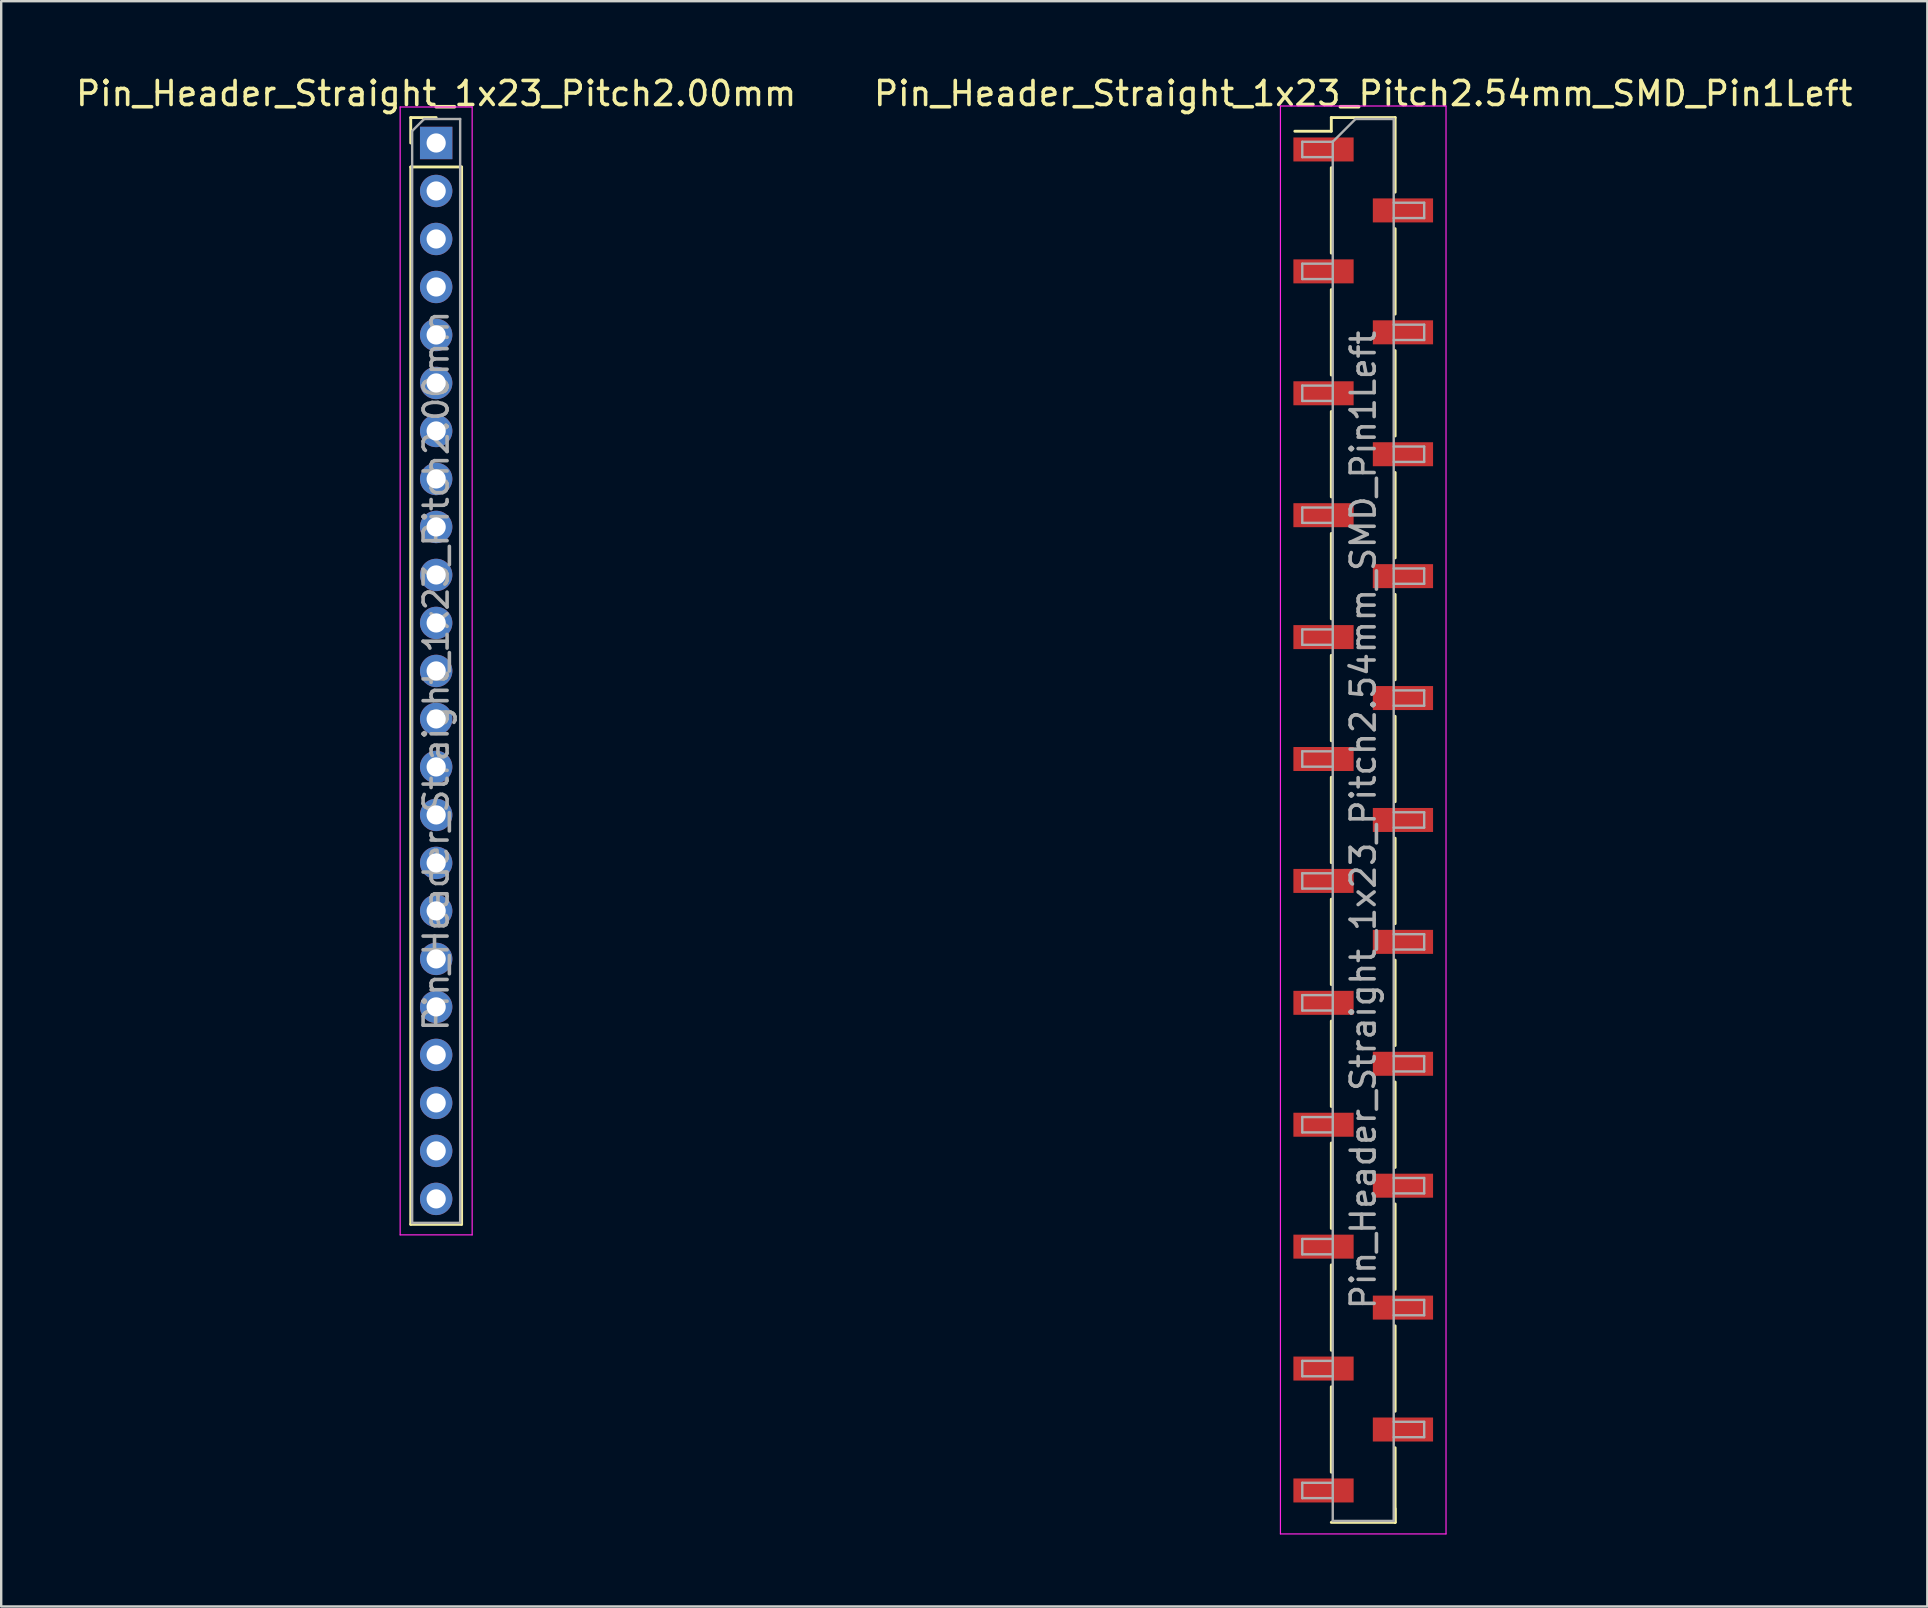
<source format=kicad_pcb>
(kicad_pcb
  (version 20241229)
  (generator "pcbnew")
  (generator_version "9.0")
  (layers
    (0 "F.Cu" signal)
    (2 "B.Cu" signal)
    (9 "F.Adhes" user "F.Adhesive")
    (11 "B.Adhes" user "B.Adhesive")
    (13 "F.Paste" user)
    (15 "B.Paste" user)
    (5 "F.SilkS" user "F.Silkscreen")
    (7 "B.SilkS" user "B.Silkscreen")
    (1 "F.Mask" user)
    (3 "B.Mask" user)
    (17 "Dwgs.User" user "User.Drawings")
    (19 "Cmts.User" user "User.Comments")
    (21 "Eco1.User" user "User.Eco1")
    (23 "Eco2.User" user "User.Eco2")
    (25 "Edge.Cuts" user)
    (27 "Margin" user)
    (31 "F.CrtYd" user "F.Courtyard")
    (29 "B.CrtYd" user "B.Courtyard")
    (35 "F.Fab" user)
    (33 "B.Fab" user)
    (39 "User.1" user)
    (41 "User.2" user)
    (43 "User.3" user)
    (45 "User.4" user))
  (footprint "Pin_Header_Straight_1x23_Pitch2.00mm"
    (layer "F.Cu")
    (at 15.125 2.908)
    (property "Reference" "Pin_Header_Straight_1x23_Pitch2.00mm" (at 0 -2.06 0) (layer "F.SilkS") (effects (font (size 1 1) (thickness 0.15))))
    (attr through_hole)
    (fp_line (start -1.06 -1.06) (end 0 -1.06) (stroke (width 0.12) (type solid)) (layer "F.SilkS"))
    (fp_line (start -1.06 0) (end -1.06 -1.06) (stroke (width 0.12) (type solid)) (layer "F.SilkS"))
    (fp_line (start -1.06 1) (end -1.06 45.06) (stroke (width 0.12) (type solid)) (layer "F.SilkS"))
    (fp_line (start -1.06 1) (end 1.06 1) (stroke (width 0.12) (type solid)) (layer "F.SilkS"))
    (fp_line (start -1.06 45.06) (end 1.06 45.06) (stroke (width 0.12) (type solid)) (layer "F.SilkS"))
    (fp_line (start 1.06 1) (end 1.06 45.06) (stroke (width 0.12) (type solid)) (layer "F.SilkS"))
    (fp_line (start -1.5 -1.5) (end -1.5 45.5) (stroke (width 0.05) (type solid)) (layer "F.CrtYd"))
    (fp_line (start -1.5 45.5) (end 1.5 45.5) (stroke (width 0.05) (type solid)) (layer "F.CrtYd"))
    (fp_line (start 1.5 -1.5) (end -1.5 -1.5) (stroke (width 0.05) (type solid)) (layer "F.CrtYd"))
    (fp_line (start 1.5 45.5) (end 1.5 -1.5) (stroke (width 0.05) (type solid)) (layer "F.CrtYd"))
    (fp_line (start -1 -0.5) (end -0.5 -1) (stroke (width 0.1) (type solid)) (layer "F.Fab"))
    (fp_line (start -1 45) (end -1 -0.5) (stroke (width 0.1) (type solid)) (layer "F.Fab"))
    (fp_line (start -0.5 -1) (end 1 -1) (stroke (width 0.1) (type solid)) (layer "F.Fab"))
    (fp_line (start 1 -1) (end 1 45) (stroke (width 0.1) (type solid)) (layer "F.Fab"))
    (fp_line (start 1 45) (end -1 45) (stroke (width 0.1) (type solid)) (layer "F.Fab"))
    (fp_text user "${REFERENCE}" (at 0 22 90) (layer "F.Fab") (effects (font (size 1 1) (thickness 0.15))))
    (pad "1" thru_hole rect (at 0 0) (size 1.35 1.35) (drill 0.8) (layers "*.Cu" "*.Mask"))
    (pad "2" thru_hole oval (at 0 2) (size 1.35 1.35) (drill 0.8) (layers "*.Cu" "*.Mask"))
    (pad "3" thru_hole oval (at 0 4) (size 1.35 1.35) (drill 0.8) (layers "*.Cu" "*.Mask"))
    (pad "4" thru_hole oval (at 0 6) (size 1.35 1.35) (drill 0.8) (layers "*.Cu" "*.Mask"))
    (pad "5" thru_hole oval (at 0 8) (size 1.35 1.35) (drill 0.8) (layers "*.Cu" "*.Mask"))
    (pad "6" thru_hole oval (at 0 10) (size 1.35 1.35) (drill 0.8) (layers "*.Cu" "*.Mask"))
    (pad "7" thru_hole oval (at 0 12) (size 1.35 1.35) (drill 0.8) (layers "*.Cu" "*.Mask"))
    (pad "8" thru_hole oval (at 0 14) (size 1.35 1.35) (drill 0.8) (layers "*.Cu" "*.Mask"))
    (pad "9" thru_hole oval (at 0 16) (size 1.35 1.35) (drill 0.8) (layers "*.Cu" "*.Mask"))
    (pad "10" thru_hole oval (at 0 18) (size 1.35 1.35) (drill 0.8) (layers "*.Cu" "*.Mask"))
    (pad "11" thru_hole oval (at 0 20) (size 1.35 1.35) (drill 0.8) (layers "*.Cu" "*.Mask"))
    (pad "12" thru_hole oval (at 0 22) (size 1.35 1.35) (drill 0.8) (layers "*.Cu" "*.Mask"))
    (pad "13" thru_hole oval (at 0 24) (size 1.35 1.35) (drill 0.8) (layers "*.Cu" "*.Mask"))
    (pad "14" thru_hole oval (at 0 26) (size 1.35 1.35) (drill 0.8) (layers "*.Cu" "*.Mask"))
    (pad "15" thru_hole oval (at 0 28) (size 1.35 1.35) (drill 0.8) (layers "*.Cu" "*.Mask"))
    (pad "16" thru_hole oval (at 0 30) (size 1.35 1.35) (drill 0.8) (layers "*.Cu" "*.Mask"))
    (pad "17" thru_hole oval (at 0 32) (size 1.35 1.35) (drill 0.8) (layers "*.Cu" "*.Mask"))
    (pad "18" thru_hole oval (at 0 34) (size 1.35 1.35) (drill 0.8) (layers "*.Cu" "*.Mask"))
    (pad "19" thru_hole oval (at 0 36) (size 1.35 1.35) (drill 0.8) (layers "*.Cu" "*.Mask"))
    (pad "20" thru_hole oval (at 0 38) (size 1.35 1.35) (drill 0.8) (layers "*.Cu" "*.Mask"))
    (pad "21" thru_hole oval (at 0 40) (size 1.35 1.35) (drill 0.8) (layers "*.Cu" "*.Mask"))
    (pad "22" thru_hole oval (at 0 42) (size 1.35 1.35) (drill 0.8) (layers "*.Cu" "*.Mask"))
    (pad "23" thru_hole oval (at 0 44) (size 1.35 1.35) (drill 0.8) (layers "*.Cu" "*.Mask")))
  (footprint "Pin_Header_Straight_1x23_Pitch2.54mm_SMD_Pin1Left"
    (layer "F.Cu")
    (at 53.756 31.118)
    (property "Reference" "Pin_Header_Straight_1x23_Pitch2.54mm_SMD_Pin1Left" (at 0 -30.27 0) (layer "F.SilkS") (effects (font (size 1 1) (thickness 0.15))))
    (attr smd)
    (fp_line (start -1.33 -29.27) (end -1.33 -28.7) (stroke (width 0.12) (type solid)) (layer "F.SilkS"))
    (fp_line (start -1.33 -29.27) (end 1.33 -29.27) (stroke (width 0.12) (type solid)) (layer "F.SilkS"))
    (fp_line (start -1.33 -28.7) (end -2.85 -28.7) (stroke (width 0.12) (type solid)) (layer "F.SilkS"))
    (fp_line (start -1.33 -27.18) (end -1.33 -23.62) (stroke (width 0.12) (type solid)) (layer "F.SilkS"))
    (fp_line (start -1.33 -22.1) (end -1.33 -18.54) (stroke (width 0.12) (type solid)) (layer "F.SilkS"))
    (fp_line (start -1.33 -17.02) (end -1.33 -13.46) (stroke (width 0.12) (type solid)) (layer "F.SilkS"))
    (fp_line (start -1.33 -11.94) (end -1.33 -8.38) (stroke (width 0.12) (type solid)) (layer "F.SilkS"))
    (fp_line (start -1.33 -6.86) (end -1.33 -3.3) (stroke (width 0.12) (type solid)) (layer "F.SilkS"))
    (fp_line (start -1.33 -1.78) (end -1.33 1.78) (stroke (width 0.12) (type solid)) (layer "F.SilkS"))
    (fp_line (start -1.33 3.3) (end -1.33 6.86) (stroke (width 0.12) (type solid)) (layer "F.SilkS"))
    (fp_line (start -1.33 8.38) (end -1.33 11.94) (stroke (width 0.12) (type solid)) (layer "F.SilkS"))
    (fp_line (start -1.33 13.46) (end -1.33 17.02) (stroke (width 0.12) (type solid)) (layer "F.SilkS"))
    (fp_line (start -1.33 18.54) (end -1.33 22.1) (stroke (width 0.12) (type solid)) (layer "F.SilkS"))
    (fp_line (start -1.33 23.62) (end -1.33 27.18) (stroke (width 0.12) (type solid)) (layer "F.SilkS"))
    (fp_line (start -1.33 29.27) (end 1.33 29.27) (stroke (width 0.12) (type solid)) (layer "F.SilkS"))
    (fp_line (start 1.33 -29.27) (end 1.33 -26.16) (stroke (width 0.12) (type solid)) (layer "F.SilkS"))
    (fp_line (start 1.33 -24.64) (end 1.33 -21.08) (stroke (width 0.12) (type solid)) (layer "F.SilkS"))
    (fp_line (start 1.33 -19.56) (end 1.33 -16) (stroke (width 0.12) (type solid)) (layer "F.SilkS"))
    (fp_line (start 1.33 -14.48) (end 1.33 -10.92) (stroke (width 0.12) (type solid)) (layer "F.SilkS"))
    (fp_line (start 1.33 -9.4) (end 1.33 -5.84) (stroke (width 0.12) (type solid)) (layer "F.SilkS"))
    (fp_line (start 1.33 -4.32) (end 1.33 -0.76) (stroke (width 0.12) (type solid)) (layer "F.SilkS"))
    (fp_line (start 1.33 0.76) (end 1.33 4.32) (stroke (width 0.12) (type solid)) (layer "F.SilkS"))
    (fp_line (start 1.33 5.84) (end 1.33 9.4) (stroke (width 0.12) (type solid)) (layer "F.SilkS"))
    (fp_line (start 1.33 10.92) (end 1.33 14.48) (stroke (width 0.12) (type solid)) (layer "F.SilkS"))
    (fp_line (start 1.33 16) (end 1.33 19.56) (stroke (width 0.12) (type solid)) (layer "F.SilkS"))
    (fp_line (start 1.33 21.08) (end 1.33 24.64) (stroke (width 0.12) (type solid)) (layer "F.SilkS"))
    (fp_line (start 1.33 26.16) (end 1.33 29.27) (stroke (width 0.12) (type solid)) (layer "F.SilkS"))
    (fp_line (start 1.33 28.7) (end 1.33 29.27) (stroke (width 0.12) (type solid)) (layer "F.SilkS"))
    (fp_line (start -3.45 -29.75) (end -3.45 29.75) (stroke (width 0.05) (type solid)) (layer "F.CrtYd"))
    (fp_line (start -3.45 29.75) (end 3.45 29.75) (stroke (width 0.05) (type solid)) (layer "F.CrtYd"))
    (fp_line (start 3.45 -29.75) (end -3.45 -29.75) (stroke (width 0.05) (type solid)) (layer "F.CrtYd"))
    (fp_line (start 3.45 29.75) (end 3.45 -29.75) (stroke (width 0.05) (type solid)) (layer "F.CrtYd"))
    (fp_line (start -2.54 -28.26) (end -2.54 -27.62) (stroke (width 0.1) (type solid)) (layer "F.Fab"))
    (fp_line (start -2.54 -27.62) (end -1.27 -27.62) (stroke (width 0.1) (type solid)) (layer "F.Fab"))
    (fp_line (start -2.54 -23.18) (end -2.54 -22.54) (stroke (width 0.1) (type solid)) (layer "F.Fab"))
    (fp_line (start -2.54 -22.54) (end -1.27 -22.54) (stroke (width 0.1) (type solid)) (layer "F.Fab"))
    (fp_line (start -2.54 -18.1) (end -2.54 -17.46) (stroke (width 0.1) (type solid)) (layer "F.Fab"))
    (fp_line (start -2.54 -17.46) (end -1.27 -17.46) (stroke (width 0.1) (type solid)) (layer "F.Fab"))
    (fp_line (start -2.54 -13.02) (end -2.54 -12.38) (stroke (width 0.1) (type solid)) (layer "F.Fab"))
    (fp_line (start -2.54 -12.38) (end -1.27 -12.38) (stroke (width 0.1) (type solid)) (layer "F.Fab"))
    (fp_line (start -2.54 -7.94) (end -2.54 -7.3) (stroke (width 0.1) (type solid)) (layer "F.Fab"))
    (fp_line (start -2.54 -7.3) (end -1.27 -7.3) (stroke (width 0.1) (type solid)) (layer "F.Fab"))
    (fp_line (start -2.54 -2.86) (end -2.54 -2.22) (stroke (width 0.1) (type solid)) (layer "F.Fab"))
    (fp_line (start -2.54 -2.22) (end -1.27 -2.22) (stroke (width 0.1) (type solid)) (layer "F.Fab"))
    (fp_line (start -2.54 2.22) (end -2.54 2.86) (stroke (width 0.1) (type solid)) (layer "F.Fab"))
    (fp_line (start -2.54 2.86) (end -1.27 2.86) (stroke (width 0.1) (type solid)) (layer "F.Fab"))
    (fp_line (start -2.54 7.3) (end -2.54 7.94) (stroke (width 0.1) (type solid)) (layer "F.Fab"))
    (fp_line (start -2.54 7.94) (end -1.27 7.94) (stroke (width 0.1) (type solid)) (layer "F.Fab"))
    (fp_line (start -2.54 12.38) (end -2.54 13.02) (stroke (width 0.1) (type solid)) (layer "F.Fab"))
    (fp_line (start -2.54 13.02) (end -1.27 13.02) (stroke (width 0.1) (type solid)) (layer "F.Fab"))
    (fp_line (start -2.54 17.46) (end -2.54 18.1) (stroke (width 0.1) (type solid)) (layer "F.Fab"))
    (fp_line (start -2.54 18.1) (end -1.27 18.1) (stroke (width 0.1) (type solid)) (layer "F.Fab"))
    (fp_line (start -2.54 22.54) (end -2.54 23.18) (stroke (width 0.1) (type solid)) (layer "F.Fab"))
    (fp_line (start -2.54 23.18) (end -1.27 23.18) (stroke (width 0.1) (type solid)) (layer "F.Fab"))
    (fp_line (start -2.54 27.62) (end -2.54 28.26) (stroke (width 0.1) (type solid)) (layer "F.Fab"))
    (fp_line (start -2.54 28.26) (end -1.27 28.26) (stroke (width 0.1) (type solid)) (layer "F.Fab"))
    (fp_line (start -1.27 -28.26) (end -2.54 -28.26) (stroke (width 0.1) (type solid)) (layer "F.Fab"))
    (fp_line (start -1.27 -28.26) (end -0.32 -29.21) (stroke (width 0.1) (type solid)) (layer "F.Fab"))
    (fp_line (start -1.27 -23.18) (end -2.54 -23.18) (stroke (width 0.1) (type solid)) (layer "F.Fab"))
    (fp_line (start -1.27 -18.1) (end -2.54 -18.1) (stroke (width 0.1) (type solid)) (layer "F.Fab"))
    (fp_line (start -1.27 -13.02) (end -2.54 -13.02) (stroke (width 0.1) (type solid)) (layer "F.Fab"))
    (fp_line (start -1.27 -7.94) (end -2.54 -7.94) (stroke (width 0.1) (type solid)) (layer "F.Fab"))
    (fp_line (start -1.27 -2.86) (end -2.54 -2.86) (stroke (width 0.1) (type solid)) (layer "F.Fab"))
    (fp_line (start -1.27 2.22) (end -2.54 2.22) (stroke (width 0.1) (type solid)) (layer "F.Fab"))
    (fp_line (start -1.27 7.3) (end -2.54 7.3) (stroke (width 0.1) (type solid)) (layer "F.Fab"))
    (fp_line (start -1.27 12.38) (end -2.54 12.38) (stroke (width 0.1) (type solid)) (layer "F.Fab"))
    (fp_line (start -1.27 17.46) (end -2.54 17.46) (stroke (width 0.1) (type solid)) (layer "F.Fab"))
    (fp_line (start -1.27 22.54) (end -2.54 22.54) (stroke (width 0.1) (type solid)) (layer "F.Fab"))
    (fp_line (start -1.27 27.62) (end -2.54 27.62) (stroke (width 0.1) (type solid)) (layer "F.Fab"))
    (fp_line (start -1.27 29.21) (end -1.27 -28.26) (stroke (width 0.1) (type solid)) (layer "F.Fab"))
    (fp_line (start -0.32 -29.21) (end 1.27 -29.21) (stroke (width 0.1) (type solid)) (layer "F.Fab"))
    (fp_line (start 1.27 -29.21) (end 1.27 29.21) (stroke (width 0.1) (type solid)) (layer "F.Fab"))
    (fp_line (start 1.27 -25.72) (end 2.54 -25.72) (stroke (width 0.1) (type solid)) (layer "F.Fab"))
    (fp_line (start 1.27 -20.64) (end 2.54 -20.64) (stroke (width 0.1) (type solid)) (layer "F.Fab"))
    (fp_line (start 1.27 -15.56) (end 2.54 -15.56) (stroke (width 0.1) (type solid)) (layer "F.Fab"))
    (fp_line (start 1.27 -10.48) (end 2.54 -10.48) (stroke (width 0.1) (type solid)) (layer "F.Fab"))
    (fp_line (start 1.27 -5.4) (end 2.54 -5.4) (stroke (width 0.1) (type solid)) (layer "F.Fab"))
    (fp_line (start 1.27 -0.32) (end 2.54 -0.32) (stroke (width 0.1) (type solid)) (layer "F.Fab"))
    (fp_line (start 1.27 4.76) (end 2.54 4.76) (stroke (width 0.1) (type solid)) (layer "F.Fab"))
    (fp_line (start 1.27 9.84) (end 2.54 9.84) (stroke (width 0.1) (type solid)) (layer "F.Fab"))
    (fp_line (start 1.27 14.92) (end 2.54 14.92) (stroke (width 0.1) (type solid)) (layer "F.Fab"))
    (fp_line (start 1.27 20) (end 2.54 20) (stroke (width 0.1) (type solid)) (layer "F.Fab"))
    (fp_line (start 1.27 25.08) (end 2.54 25.08) (stroke (width 0.1) (type solid)) (layer "F.Fab"))
    (fp_line (start 1.27 29.21) (end -1.27 29.21) (stroke (width 0.1) (type solid)) (layer "F.Fab"))
    (fp_line (start 2.54 -25.72) (end 2.54 -25.08) (stroke (width 0.1) (type solid)) (layer "F.Fab"))
    (fp_line (start 2.54 -25.08) (end 1.27 -25.08) (stroke (width 0.1) (type solid)) (layer "F.Fab"))
    (fp_line (start 2.54 -20.64) (end 2.54 -20) (stroke (width 0.1) (type solid)) (layer "F.Fab"))
    (fp_line (start 2.54 -20) (end 1.27 -20) (stroke (width 0.1) (type solid)) (layer "F.Fab"))
    (fp_line (start 2.54 -15.56) (end 2.54 -14.92) (stroke (width 0.1) (type solid)) (layer "F.Fab"))
    (fp_line (start 2.54 -14.92) (end 1.27 -14.92) (stroke (width 0.1) (type solid)) (layer "F.Fab"))
    (fp_line (start 2.54 -10.48) (end 2.54 -9.84) (stroke (width 0.1) (type solid)) (layer "F.Fab"))
    (fp_line (start 2.54 -9.84) (end 1.27 -9.84) (stroke (width 0.1) (type solid)) (layer "F.Fab"))
    (fp_line (start 2.54 -5.4) (end 2.54 -4.76) (stroke (width 0.1) (type solid)) (layer "F.Fab"))
    (fp_line (start 2.54 -4.76) (end 1.27 -4.76) (stroke (width 0.1) (type solid)) (layer "F.Fab"))
    (fp_line (start 2.54 -0.32) (end 2.54 0.32) (stroke (width 0.1) (type solid)) (layer "F.Fab"))
    (fp_line (start 2.54 0.32) (end 1.27 0.32) (stroke (width 0.1) (type solid)) (layer "F.Fab"))
    (fp_line (start 2.54 4.76) (end 2.54 5.4) (stroke (width 0.1) (type solid)) (layer "F.Fab"))
    (fp_line (start 2.54 5.4) (end 1.27 5.4) (stroke (width 0.1) (type solid)) (layer "F.Fab"))
    (fp_line (start 2.54 9.84) (end 2.54 10.48) (stroke (width 0.1) (type solid)) (layer "F.Fab"))
    (fp_line (start 2.54 10.48) (end 1.27 10.48) (stroke (width 0.1) (type solid)) (layer "F.Fab"))
    (fp_line (start 2.54 14.92) (end 2.54 15.56) (stroke (width 0.1) (type solid)) (layer "F.Fab"))
    (fp_line (start 2.54 15.56) (end 1.27 15.56) (stroke (width 0.1) (type solid)) (layer "F.Fab"))
    (fp_line (start 2.54 20) (end 2.54 20.64) (stroke (width 0.1) (type solid)) (layer "F.Fab"))
    (fp_line (start 2.54 20.64) (end 1.27 20.64) (stroke (width 0.1) (type solid)) (layer "F.Fab"))
    (fp_line (start 2.54 25.08) (end 2.54 25.72) (stroke (width 0.1) (type solid)) (layer "F.Fab"))
    (fp_line (start 2.54 25.72) (end 1.27 25.72) (stroke (width 0.1) (type solid)) (layer "F.Fab"))
    (fp_text user "${REFERENCE}" (at 0 0 90) (layer "F.Fab") (effects (font (size 1 1) (thickness 0.15))))
    (pad "1" smd rect (at -1.655 -27.94) (size 2.51 1) (layers "F.Cu" "F.Mask" "F.Paste"))
    (pad "2" smd rect (at 1.655 -25.4) (size 2.51 1) (layers "F.Cu" "F.Mask" "F.Paste"))
    (pad "3" smd rect (at -1.655 -22.86) (size 2.51 1) (layers "F.Cu" "F.Mask" "F.Paste"))
    (pad "4" smd rect (at 1.655 -20.32) (size 2.51 1) (layers "F.Cu" "F.Mask" "F.Paste"))
    (pad "5" smd rect (at -1.655 -17.78) (size 2.51 1) (layers "F.Cu" "F.Mask" "F.Paste"))
    (pad "6" smd rect (at 1.655 -15.24) (size 2.51 1) (layers "F.Cu" "F.Mask" "F.Paste"))
    (pad "7" smd rect (at -1.655 -12.7) (size 2.51 1) (layers "F.Cu" "F.Mask" "F.Paste"))
    (pad "8" smd rect (at 1.655 -10.16) (size 2.51 1) (layers "F.Cu" "F.Mask" "F.Paste"))
    (pad "9" smd rect (at -1.655 -7.62) (size 2.51 1) (layers "F.Cu" "F.Mask" "F.Paste"))
    (pad "10" smd rect (at 1.655 -5.08) (size 2.51 1) (layers "F.Cu" "F.Mask" "F.Paste"))
    (pad "11" smd rect (at -1.655 -2.54) (size 2.51 1) (layers "F.Cu" "F.Mask" "F.Paste"))
    (pad "12" smd rect (at 1.655 0) (size 2.51 1) (layers "F.Cu" "F.Mask" "F.Paste"))
    (pad "13" smd rect (at -1.655 2.54) (size 2.51 1) (layers "F.Cu" "F.Mask" "F.Paste"))
    (pad "14" smd rect (at 1.655 5.08) (size 2.51 1) (layers "F.Cu" "F.Mask" "F.Paste"))
    (pad "15" smd rect (at -1.655 7.62) (size 2.51 1) (layers "F.Cu" "F.Mask" "F.Paste"))
    (pad "16" smd rect (at 1.655 10.16) (size 2.51 1) (layers "F.Cu" "F.Mask" "F.Paste"))
    (pad "17" smd rect (at -1.655 12.7) (size 2.51 1) (layers "F.Cu" "F.Mask" "F.Paste"))
    (pad "18" smd rect (at 1.655 15.24) (size 2.51 1) (layers "F.Cu" "F.Mask" "F.Paste"))
    (pad "19" smd rect (at -1.655 17.78) (size 2.51 1) (layers "F.Cu" "F.Mask" "F.Paste"))
    (pad "20" smd rect (at 1.655 20.32) (size 2.51 1) (layers "F.Cu" "F.Mask" "F.Paste"))
    (pad "21" smd rect (at -1.655 22.86) (size 2.51 1) (layers "F.Cu" "F.Mask" "F.Paste"))
    (pad "22" smd rect (at 1.655 25.4) (size 2.51 1) (layers "F.Cu" "F.Mask" "F.Paste"))
    (pad "23" smd rect (at -1.655 27.94) (size 2.51 1) (layers "F.Cu" "F.Mask" "F.Paste")))
  (gr_rect
    (start -3 -3)
    (end 77.262 63.893)
    (stroke (width 0.1) (type default))
    (fill no)
    (layer "Edge.Cuts")))
</source>
